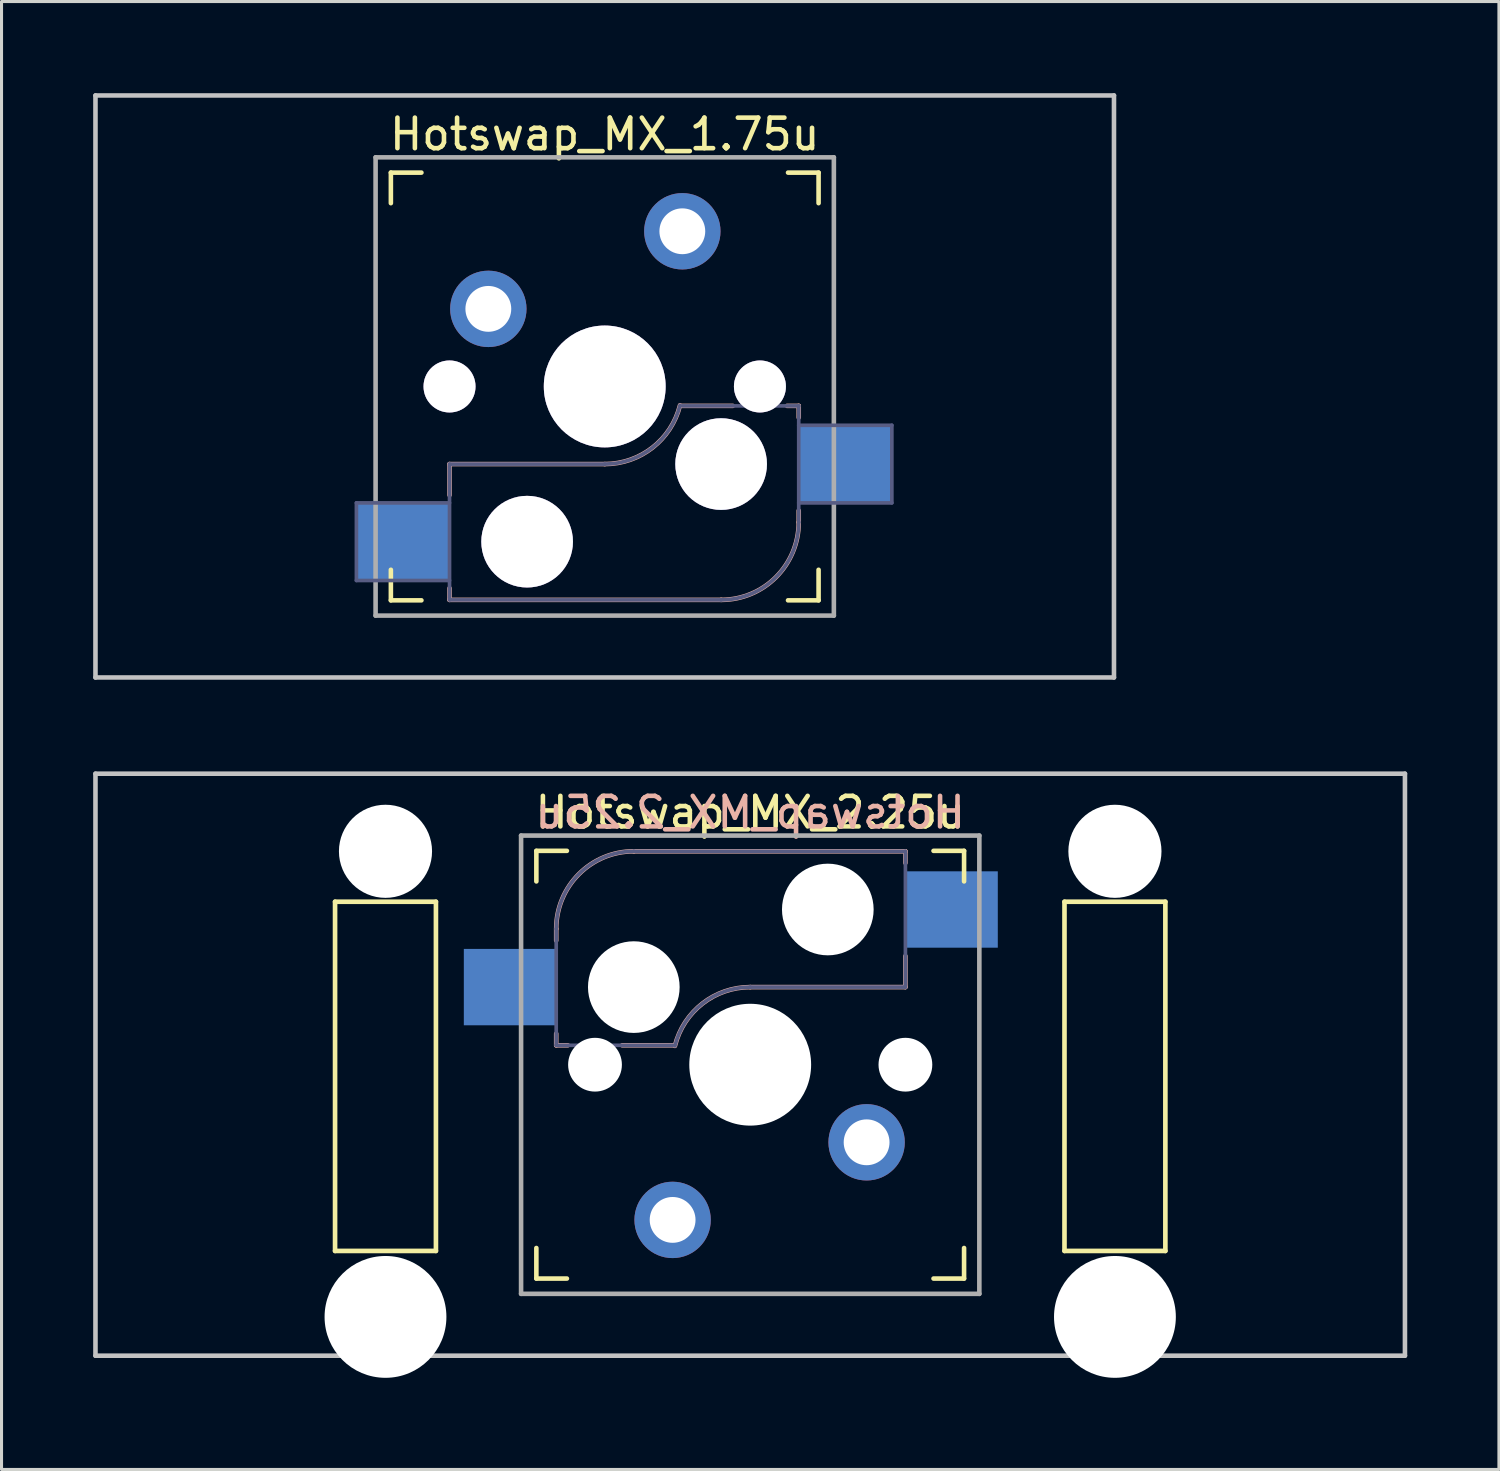
<source format=kicad_pcb>
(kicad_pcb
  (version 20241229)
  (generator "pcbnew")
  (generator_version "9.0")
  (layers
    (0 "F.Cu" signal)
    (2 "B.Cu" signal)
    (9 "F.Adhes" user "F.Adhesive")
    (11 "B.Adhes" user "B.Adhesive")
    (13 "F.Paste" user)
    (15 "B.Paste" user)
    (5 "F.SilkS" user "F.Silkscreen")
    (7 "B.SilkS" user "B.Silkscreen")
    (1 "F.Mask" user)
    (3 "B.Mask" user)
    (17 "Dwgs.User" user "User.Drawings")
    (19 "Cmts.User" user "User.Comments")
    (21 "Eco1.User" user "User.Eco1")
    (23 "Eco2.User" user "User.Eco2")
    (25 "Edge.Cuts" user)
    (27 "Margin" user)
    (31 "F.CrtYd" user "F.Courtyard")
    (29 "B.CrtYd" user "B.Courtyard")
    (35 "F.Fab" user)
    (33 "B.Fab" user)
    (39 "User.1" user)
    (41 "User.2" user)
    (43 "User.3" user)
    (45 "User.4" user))
  (footprint "Hotswap_MX_1.75u"
    (layer "F.Cu")
    (at 16.744 9.6)
    (property "Reference" "Hotswap_MX_1.75u" (at 0 -8.255 0) (layer "F.SilkS") (effects (font (size 1 1) (thickness 0.15))))
    (attr through_hole)
    (fp_line (start -7 -6) (end -7 -7) (stroke (width 0.15) (type solid)) (layer "F.SilkS"))
    (fp_line (start -7 7) (end -7 6) (stroke (width 0.15) (type solid)) (layer "F.SilkS"))
    (fp_line (start -7 7) (end -6 7) (stroke (width 0.15) (type solid)) (layer "F.SilkS"))
    (fp_line (start -6 -7) (end -7 -7) (stroke (width 0.15) (type solid)) (layer "F.SilkS"))
    (fp_line (start 6 7) (end 7 7) (stroke (width 0.15) (type solid)) (layer "F.SilkS"))
    (fp_line (start 7 -7) (end 6 -7) (stroke (width 0.15) (type solid)) (layer "F.SilkS"))
    (fp_line (start 7 -7) (end 7 -6) (stroke (width 0.15) (type solid)) (layer "F.SilkS"))
    (fp_line (start 7 6) (end 7 7) (stroke (width 0.15) (type solid)) (layer "F.SilkS"))
    (fp_line (start -5.08 2.54) (end -5.08 3.556) (stroke (width 0.15) (type solid)) (layer "B.SilkS"))
    (fp_line (start -5.08 6.604) (end -5.08 6.985) (stroke (width 0.15) (type solid)) (layer "B.SilkS"))
    (fp_line (start -5.08 6.985) (end 3.81 6.985) (stroke (width 0.15) (type solid)) (layer "B.SilkS"))
    (fp_line (start 0 2.54) (end -5.08 2.54) (stroke (width 0.15) (type solid)) (layer "B.SilkS"))
    (fp_line (start 4.191 0.635) (end 2.54 0.635) (stroke (width 0.15) (type solid)) (layer "B.SilkS"))
    (fp_line (start 6.35 0.635) (end 5.969 0.635) (stroke (width 0.15) (type solid)) (layer "B.SilkS"))
    (fp_line (start 6.35 1.016) (end 6.35 0.635) (stroke (width 0.15) (type solid)) (layer "B.SilkS"))
    (fp_line (start 6.35 4.445) (end 6.35 4.064) (stroke (width 0.15) (type solid)) (layer "B.SilkS"))
    (fp_arc (start 2.464162 0.61604) (mid 1.563147 2.002042) (end 0 2.54) (stroke (width 0.15) (type solid)) (layer "B.SilkS"))
    (fp_arc (start 6.35 4.445) (mid 5.606051 6.241051) (end 3.81 6.985) (stroke (width 0.15) (type solid)) (layer "B.SilkS"))
    (fp_line (start -16.669 -9.525) (end 16.669 -9.525) (stroke (width 0.15) (type solid)) (layer "Dwgs.User"))
    (fp_line (start -16.669 9.525) (end -16.669 -9.525) (stroke (width 0.15) (type solid)) (layer "Dwgs.User"))
    (fp_line (start -16.669 9.525) (end 16.669 9.525) (stroke (width 0.15) (type solid)) (layer "Dwgs.User"))
    (fp_line (start 16.669 -9.525) (end 16.669 9.525) (stroke (width 0.15) (type solid)) (layer "Dwgs.User"))
    (fp_line (start -6.9 6.9) (end -6.9 -6.9) (stroke (width 0.15) (type solid)) (layer "Eco2.User"))
    (fp_line (start -6.9 6.9) (end 6.9 6.9) (stroke (width 0.15) (type solid)) (layer "Eco2.User"))
    (fp_line (start 6.9 -6.9) (end -6.9 -6.9) (stroke (width 0.15) (type solid)) (layer "Eco2.User"))
    (fp_line (start 6.9 -6.9) (end 6.9 6.9) (stroke (width 0.15) (type solid)) (layer "Eco2.User"))
    (fp_line (start -8.128 3.81) (end -8.128 6.35) (stroke (width 0.12) (type solid)) (layer "B.Fab"))
    (fp_line (start -8.128 6.35) (end -5.08 6.35) (stroke (width 0.12) (type solid)) (layer "B.Fab"))
    (fp_line (start -5.08 2.54) (end -5.08 6.985) (stroke (width 0.12) (type solid)) (layer "B.Fab"))
    (fp_line (start -5.08 3.81) (end -8.128 3.81) (stroke (width 0.12) (type solid)) (layer "B.Fab"))
    (fp_line (start -5.08 6.985) (end 3.81 6.985) (stroke (width 0.12) (type solid)) (layer "B.Fab"))
    (fp_line (start 0 2.54) (end -5.08 2.54) (stroke (width 0.12) (type solid)) (layer "B.Fab"))
    (fp_line (start 6.35 0.635) (end 2.54 0.635) (stroke (width 0.12) (type solid)) (layer "B.Fab"))
    (fp_line (start 6.35 3.81) (end 9.398 3.81) (stroke (width 0.12) (type solid)) (layer "B.Fab"))
    (fp_line (start 6.35 4.445) (end 6.35 0.635) (stroke (width 0.12) (type solid)) (layer "B.Fab"))
    (fp_line (start 9.398 1.27) (end 6.35 1.27) (stroke (width 0.12) (type solid)) (layer "B.Fab"))
    (fp_line (start 9.398 3.81) (end 9.398 1.27) (stroke (width 0.12) (type solid)) (layer "B.Fab"))
    (fp_arc (start 2.464162 0.61604) (mid 1.563147 2.002042) (end 0 2.54) (stroke (width 0.12) (type solid)) (layer "B.Fab"))
    (fp_arc (start 6.35 4.445) (mid 5.606051 6.241051) (end 3.81 6.985) (stroke (width 0.12) (type solid)) (layer "B.Fab"))
    (fp_line (start -7.5 -7.5) (end 7.5 -7.5) (stroke (width 0.15) (type solid)) (layer "F.Fab"))
    (fp_line (start -7.5 7.5) (end -7.5 -7.5) (stroke (width 0.15) (type solid)) (layer "F.Fab"))
    (fp_line (start 7.5 -7.5) (end 7.5 7.5) (stroke (width 0.15) (type solid)) (layer "F.Fab"))
    (fp_line (start 7.5 7.5) (end -7.5 7.5) (stroke (width 0.15) (type solid)) (layer "F.Fab"))
    (pad "" thru_hole circle (at -5.08 0) (size 1.702 1.702) (drill 1.702) (layers "*.Cu" "*.Mask"))
    (pad "" thru_hole circle (at -2.54 5.08) (size 3 3) (drill 3) (layers "*.Cu" "*.Mask"))
    (pad "" thru_hole circle (at 0 0) (size 3.988 3.988) (drill 3.988) (layers "*.Cu" "*.Mask"))
    (pad "" thru_hole circle (at 3.81 2.54) (size 3 3) (drill 3) (layers "*.Cu" "*.Mask"))
    (pad "" thru_hole circle (at 5.08 0) (size 1.702 1.702) (drill 1.702) (layers "*.Cu" "*.Mask"))
    (pad "1" smd rect (at -6.604 5.08) (size 3 2.5) (layers "B.Cu" "B.Mask" "B.Paste"))
    (pad "1" thru_hole circle (at 2.54 -5.08) (size 2.5 2.5) (drill 1.5) (layers "*.Cu" "*.Mask"))
    (pad "2" thru_hole circle (at -3.81 -2.54) (size 2.5 2.5) (drill 1.5) (layers "*.Cu" "*.Mask"))
    (pad "2" smd rect (at 7.874 2.54) (size 3 2.5) (layers "B.Cu" "B.Mask" "B.Paste")))
  (footprint "Hotswap_MX_2.25u"
    (layer "F.Cu")
    (at 21.506 31.8)
    (property "Reference" "Hotswap_MX_2.25u" (at 0 -8.255 0) (layer "F.SilkS") (effects (font (size 1 1) (thickness 0.15))))
    (attr through_hole)
    (fp_line (start -13.589 -5.334) (end -13.589 6.096) (stroke (width 0.152) (type solid)) (layer "F.SilkS"))
    (fp_line (start -13.589 6.096) (end -10.287 6.096) (stroke (width 0.152) (type solid)) (layer "F.SilkS"))
    (fp_line (start -10.287 -5.334) (end -13.589 -5.334) (stroke (width 0.152) (type solid)) (layer "F.SilkS"))
    (fp_line (start -10.287 6.096) (end -10.287 -5.334) (stroke (width 0.152) (type solid)) (layer "F.SilkS"))
    (fp_line (start -7 -6) (end -7 -7) (stroke (width 0.15) (type solid)) (layer "F.SilkS"))
    (fp_line (start -7 7) (end -7 6) (stroke (width 0.15) (type solid)) (layer "F.SilkS"))
    (fp_line (start -7 7) (end -6 7) (stroke (width 0.15) (type solid)) (layer "F.SilkS"))
    (fp_line (start -6 -7) (end -7 -7) (stroke (width 0.15) (type solid)) (layer "F.SilkS"))
    (fp_line (start 6 7) (end 7 7) (stroke (width 0.15) (type solid)) (layer "F.SilkS"))
    (fp_line (start 7 -7) (end 6 -7) (stroke (width 0.15) (type solid)) (layer "F.SilkS"))
    (fp_line (start 7 -7) (end 7 -6) (stroke (width 0.15) (type solid)) (layer "F.SilkS"))
    (fp_line (start 7 6) (end 7 7) (stroke (width 0.15) (type solid)) (layer "F.SilkS"))
    (fp_line (start 10.287 -5.334) (end 10.287 6.096) (stroke (width 0.152) (type solid)) (layer "F.SilkS"))
    (fp_line (start 10.287 6.096) (end 13.589 6.096) (stroke (width 0.152) (type solid)) (layer "F.SilkS"))
    (fp_line (start 13.589 -5.334) (end 10.287 -5.334) (stroke (width 0.152) (type solid)) (layer "F.SilkS"))
    (fp_line (start 13.589 6.096) (end 13.589 -5.334) (stroke (width 0.152) (type solid)) (layer "F.SilkS"))
    (fp_line (start -6.35 -4.445) (end -6.35 -4.064) (stroke (width 0.15) (type solid)) (layer "B.SilkS"))
    (fp_line (start -6.35 -1.016) (end -6.35 -0.635) (stroke (width 0.15) (type solid)) (layer "B.SilkS"))
    (fp_line (start -6.35 -0.635) (end -5.969 -0.635) (stroke (width 0.15) (type solid)) (layer "B.SilkS"))
    (fp_line (start -4.191 -0.635) (end -2.54 -0.635) (stroke (width 0.15) (type solid)) (layer "B.SilkS"))
    (fp_line (start 0 -2.54) (end 5.08 -2.54) (stroke (width 0.15) (type solid)) (layer "B.SilkS"))
    (fp_line (start 5.08 -6.985) (end -3.81 -6.985) (stroke (width 0.15) (type solid)) (layer "B.SilkS"))
    (fp_line (start 5.08 -6.604) (end 5.08 -6.985) (stroke (width 0.15) (type solid)) (layer "B.SilkS"))
    (fp_line (start 5.08 -2.54) (end 5.08 -3.556) (stroke (width 0.15) (type solid)) (layer "B.SilkS"))
    (fp_arc (start -6.35 -4.445) (mid -5.606051 -6.241051) (end -3.81 -6.985) (stroke (width 0.15) (type solid)) (layer "B.SilkS"))
    (fp_arc (start -2.464162 -0.61604) (mid -1.563147 -2.002042) (end 0 -2.54) (stroke (width 0.15) (type solid)) (layer "B.SilkS"))
    (fp_line (start -21.431 -9.525) (end 21.431 -9.525) (stroke (width 0.15) (type solid)) (layer "Dwgs.User"))
    (fp_line (start -21.431 9.525) (end -21.431 -9.525) (stroke (width 0.15) (type solid)) (layer "Dwgs.User"))
    (fp_line (start -21.431 9.525) (end 21.431 9.525) (stroke (width 0.15) (type solid)) (layer "Dwgs.User"))
    (fp_line (start 21.431 -9.525) (end 21.431 9.525) (stroke (width 0.15) (type solid)) (layer "Dwgs.User"))
    (fp_line (start -6.9 6.9) (end -6.9 -6.9) (stroke (width 0.15) (type solid)) (layer "Eco2.User"))
    (fp_line (start -6.9 6.9) (end 6.9 6.9) (stroke (width 0.15) (type solid)) (layer "Eco2.User"))
    (fp_line (start 6.9 -6.9) (end -6.9 -6.9) (stroke (width 0.15) (type solid)) (layer "Eco2.User"))
    (fp_line (start 6.9 -6.9) (end 6.9 6.9) (stroke (width 0.15) (type solid)) (layer "Eco2.User"))
    (fp_line (start -6.35 -4.445) (end -6.35 -0.635) (stroke (width 0.12) (type solid)) (layer "B.Fab"))
    (fp_line (start -6.35 -0.635) (end -2.54 -0.635) (stroke (width 0.12) (type solid)) (layer "B.Fab"))
    (fp_line (start 0 -2.54) (end 5.08 -2.54) (stroke (width 0.12) (type solid)) (layer "B.Fab"))
    (fp_line (start 5.08 -6.985) (end -3.81 -6.985) (stroke (width 0.12) (type solid)) (layer "B.Fab"))
    (fp_line (start 5.08 -2.54) (end 5.08 -6.985) (stroke (width 0.12) (type solid)) (layer "B.Fab"))
    (fp_arc (start -6.35 -4.445) (mid -5.606051 -6.241051) (end -3.81 -6.985) (stroke (width 0.12) (type solid)) (layer "B.Fab"))
    (fp_arc (start -2.464162 -0.61604) (mid -1.563147 -2.002042) (end 0 -2.54) (stroke (width 0.12) (type solid)) (layer "B.Fab"))
    (fp_line (start -7.5 -7.5) (end 7.5 -7.5) (stroke (width 0.15) (type solid)) (layer "F.Fab"))
    (fp_line (start -7.5 7.5) (end -7.5 -7.5) (stroke (width 0.15) (type solid)) (layer "F.Fab"))
    (fp_line (start 7.5 -7.5) (end 7.5 7.5) (stroke (width 0.15) (type solid)) (layer "F.Fab"))
    (fp_line (start 7.5 7.5) (end -7.5 7.5) (stroke (width 0.15) (type solid)) (layer "F.Fab"))
    (fp_text user "${REFERENCE}" (at 0 -8.255 0) (layer "B.SilkS") (effects (font (size 1 1) (thickness 0.15)) (justify mirror)))
    (pad "" np_thru_hole circle (at -11.938 -6.985) (size 3.048 3.048) (drill 3.048) (layers "*.Cu" "*.Mask"))
    (pad "" np_thru_hole circle (at -11.938 8.255) (size 3.988 3.988) (drill 3.988) (layers "*.Cu" "*.Mask"))
    (pad "" np_thru_hole circle (at -5.08 0 180) (size 1.76 1.76) (drill 1.76) (layers "*.Cu" "*.Mask"))
    (pad "" np_thru_hole circle (at -3.81 -2.54 180) (size 3 3) (drill 3) (layers "*.Cu" "*.Mask"))
    (pad "" np_thru_hole circle (at 0 0 180) (size 3.988 3.988) (drill 3.988) (layers "*.Cu" "*.Mask"))
    (pad "" np_thru_hole circle (at 2.54 -5.08 180) (size 3 3) (drill 3) (layers "*.Cu" "*.Mask"))
    (pad "" np_thru_hole circle (at 5.08 0 180) (size 1.76 1.76) (drill 1.76) (layers "*.Cu" "*.Mask"))
    (pad "" np_thru_hole circle (at 11.938 -6.985) (size 3.048 3.048) (drill 3.048) (layers "*.Cu" "*.Mask"))
    (pad "" np_thru_hole circle (at 11.938 8.255) (size 3.988 3.988) (drill 3.988) (layers "*.Cu" "*.Mask"))
    (pad "1" smd rect (at -7.874 -2.54 180) (size 3 2.5) (layers "B.Cu" "B.Mask" "B.Paste"))
    (pad "1" thru_hole circle (at 3.81 2.54 180) (size 2.5 2.5) (drill 1.5) (layers "*.Cu" "B.Mask"))
    (pad "2" thru_hole circle (at -2.54 5.08 180) (size 2.5 2.5) (drill 1.5) (layers "*.Cu" "B.Mask"))
    (pad "2" smd rect (at 6.604 -5.08 180) (size 3 2.5) (layers "B.Cu" "B.Mask" "B.Paste")))
  (gr_rect
    (start -3 -3)
    (end 46.013 45.049)
    (stroke (width 0.1) (type default))
    (fill no)
    (layer "Edge.Cuts")))
</source>
